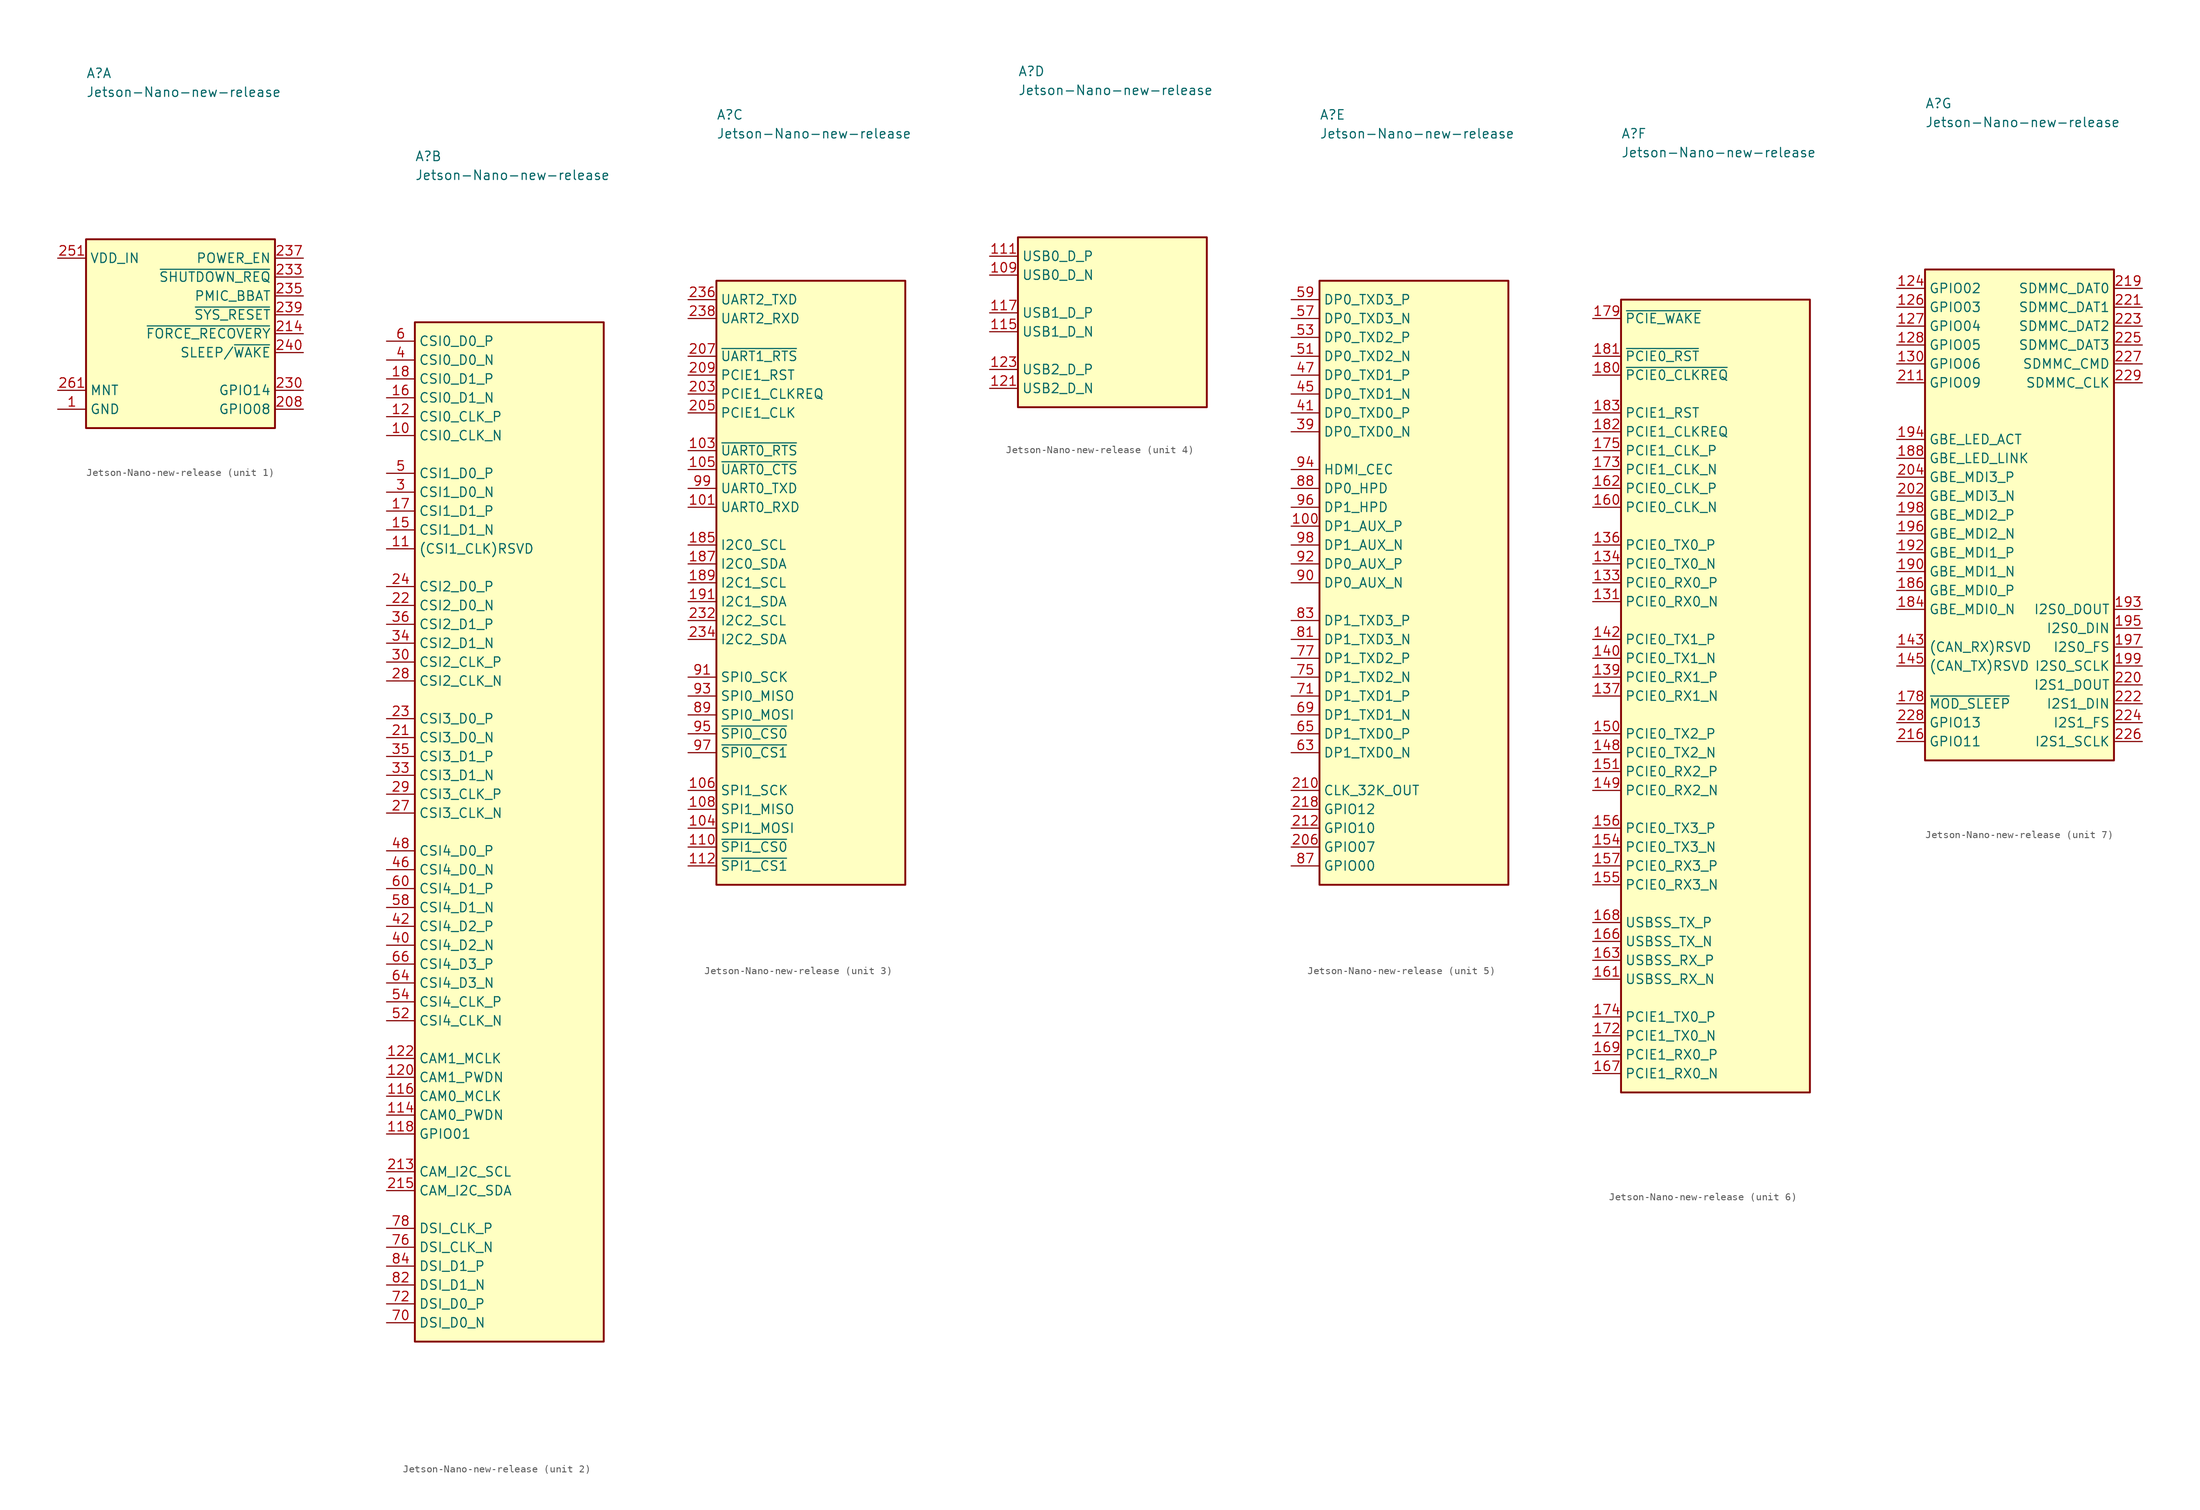
<source format=kicad_sym>
(kicad_symbol_lib
  (version 20231120)
  (generator "kicad_symbol_editor")
  (generator_version "8.0")
  (symbol "Jetson-Nano-new-release"
    (property "Reference" "A"
      (at 3.81 24.13 0)
      (effects (font (size 1.27 1.27) (thickness 0.15)) (justify left bottom)))
    (property "Value" "Jetson-Nano-new-release"
      (at 3.81 21.59 0)
      (effects (font (size 1.27 1.27) (thickness 0.15)) (justify left bottom)))
    (property "ki_locked" ""
      (at 0 0 0)
      (effects (font (size 1.27 1.27))))
    (symbol "Jetson-Nano-new-release_1_1"
      (rectangle (start 3.81 2.54) (end 29.21 -22.86) (stroke (width 0.254) (type default)) (fill (type background)))
      (pin passive line (at 0 -20.32 0) (length 3.81) (name "GND" (effects (font (size 1.27 1.27)))) (number "1" (effects (font (size 1.27 1.27)))))
      (pin passive line (at 0 -20.32 0) (length 3.81) hide (name "GND" (effects (font (size 1.27 1.27)))) (number "102" (effects (font (size 1.27 1.27)))))
      (pin passive line (at 0 -20.32 0) (length 3.81) hide (name "GND" (effects (font (size 1.27 1.27)))) (number "107" (effects (font (size 1.27 1.27)))))
      (pin passive line (at 0 -20.32 0) (length 3.81) hide (name "GND" (effects (font (size 1.27 1.27)))) (number "113" (effects (font (size 1.27 1.27)))))
      (pin passive line (at 0 -20.32 0) (length 3.81) hide (name "GND" (effects (font (size 1.27 1.27)))) (number "119" (effects (font (size 1.27 1.27)))))
      (pin passive line (at 0 -20.32 0) (length 3.81) hide (name "GND" (effects (font (size 1.27 1.27)))) (number "125" (effects (font (size 1.27 1.27)))))
      (pin passive line (at 0 -20.32 0) (length 3.81) hide (name "GND" (effects (font (size 1.27 1.27)))) (number "129" (effects (font (size 1.27 1.27)))))
      (pin passive line (at 0 -20.32 0) (length 3.81) hide (name "GND" (effects (font (size 1.27 1.27)))) (number "13" (effects (font (size 1.27 1.27)))))
      (pin passive line (at 0 -20.32 0) (length 3.81) hide (name "GND" (effects (font (size 1.27 1.27)))) (number "132" (effects (font (size 1.27 1.27)))))
      (pin passive line (at 0 -20.32 0) (length 3.81) hide (name "GND" (effects (font (size 1.27 1.27)))) (number "135" (effects (font (size 1.27 1.27)))))
      (pin passive line (at 0 -20.32 0) (length 3.81) hide (name "GND" (effects (font (size 1.27 1.27)))) (number "138" (effects (font (size 1.27 1.27)))))
      (pin passive line (at 0 -20.32 0) (length 3.81) hide (name "GND" (effects (font (size 1.27 1.27)))) (number "14" (effects (font (size 1.27 1.27)))))
      (pin passive line (at 0 -20.32 0) (length 3.81) hide (name "GND" (effects (font (size 1.27 1.27)))) (number "141" (effects (font (size 1.27 1.27)))))
      (pin passive line (at 0 -20.32 0) (length 3.81) hide (name "GND" (effects (font (size 1.27 1.27)))) (number "144" (effects (font (size 1.27 1.27)))))
      (pin passive line (at 0 -20.32 0) (length 3.81) hide (name "GND" (effects (font (size 1.27 1.27)))) (number "146" (effects (font (size 1.27 1.27)))))
      (pin passive line (at 0 -20.32 0) (length 3.81) hide (name "GND" (effects (font (size 1.27 1.27)))) (number "147" (effects (font (size 1.27 1.27)))))
      (pin passive line (at 0 -20.32 0) (length 3.81) hide (name "GND" (effects (font (size 1.27 1.27)))) (number "152" (effects (font (size 1.27 1.27)))))
      (pin passive line (at 0 -20.32 0) (length 3.81) hide (name "GND" (effects (font (size 1.27 1.27)))) (number "153" (effects (font (size 1.27 1.27)))))
      (pin passive line (at 0 -20.32 0) (length 3.81) hide (name "GND" (effects (font (size 1.27 1.27)))) (number "158" (effects (font (size 1.27 1.27)))))
      (pin passive line (at 0 -20.32 0) (length 3.81) hide (name "GND" (effects (font (size 1.27 1.27)))) (number "159" (effects (font (size 1.27 1.27)))))
      (pin passive line (at 0 -20.32 0) (length 3.81) hide (name "GND" (effects (font (size 1.27 1.27)))) (number "164" (effects (font (size 1.27 1.27)))))
      (pin passive line (at 0 -20.32 0) (length 3.81) hide (name "GND" (effects (font (size 1.27 1.27)))) (number "165" (effects (font (size 1.27 1.27)))))
      (pin passive line (at 0 -20.32 0) (length 3.81) hide (name "GND" (effects (font (size 1.27 1.27)))) (number "170" (effects (font (size 1.27 1.27)))))
      (pin passive line (at 0 -20.32 0) (length 3.81) hide (name "GND" (effects (font (size 1.27 1.27)))) (number "171" (effects (font (size 1.27 1.27)))))
      (pin passive line (at 0 -20.32 0) (length 3.81) hide (name "GND" (effects (font (size 1.27 1.27)))) (number "176" (effects (font (size 1.27 1.27)))))
      (pin passive line (at 0 -20.32 0) (length 3.81) hide (name "GND" (effects (font (size 1.27 1.27)))) (number "177" (effects (font (size 1.27 1.27)))))
      (pin passive line (at 0 -20.32 0) (length 3.81) hide (name "GND" (effects (font (size 1.27 1.27)))) (number "19" (effects (font (size 1.27 1.27)))))
      (pin passive line (at 0 -20.32 0) (length 3.81) hide (name "GND" (effects (font (size 1.27 1.27)))) (number "2" (effects (font (size 1.27 1.27)))))
      (pin passive line (at 0 -20.32 0) (length 3.81) hide (name "GND" (effects (font (size 1.27 1.27)))) (number "20" (effects (font (size 1.27 1.27)))))
      (pin passive line (at 0 -20.32 0) (length 3.81) hide (name "GND" (effects (font (size 1.27 1.27)))) (number "200" (effects (font (size 1.27 1.27)))))
      (pin passive line (at 0 -20.32 0) (length 3.81) hide (name "GND" (effects (font (size 1.27 1.27)))) (number "201" (effects (font (size 1.27 1.27)))))
      (pin passive line (at 33.02 -20.32 180) (length 3.81) (name "GPIO08" (effects (font (size 1.27 1.27)))) (number "208" (effects (font (size 1.27 1.27)))))
      (pin passive line (at 33.02 -10.16 180) (length 3.81) (name "~{FORCE_RECOVERY}" (effects (font (size 1.27 1.27)))) (number "214" (effects (font (size 1.27 1.27)))))
      (pin passive line (at 0 -20.32 0) (length 3.81) hide (name "GND" (effects (font (size 1.27 1.27)))) (number "217" (effects (font (size 1.27 1.27)))))
      (pin passive line (at 33.02 -17.78 180) (length 3.81) (name "GPIO14" (effects (font (size 1.27 1.27)))) (number "230" (effects (font (size 1.27 1.27)))))
      (pin passive line (at 0 -20.32 0) (length 3.81) hide (name "GND" (effects (font (size 1.27 1.27)))) (number "231" (effects (font (size 1.27 1.27)))))
      (pin passive line (at 33.02 -2.54 180) (length 3.81) (name "~{SHUTDOWN_REQ}" (effects (font (size 1.27 1.27)))) (number "233" (effects (font (size 1.27 1.27)))))
      (pin passive line (at 33.02 -5.08 180) (length 3.81) (name "PMIC_BBAT" (effects (font (size 1.27 1.27)))) (number "235" (effects (font (size 1.27 1.27)))))
      (pin passive line (at 33.02 0 180) (length 3.81) (name "POWER_EN" (effects (font (size 1.27 1.27)))) (number "237" (effects (font (size 1.27 1.27)))))
      (pin passive line (at 33.02 -7.62 180) (length 3.81) (name "~{SYS_RESET}" (effects (font (size 1.27 1.27)))) (number "239" (effects (font (size 1.27 1.27)))))
      (pin passive line (at 33.02 -12.7 180) (length 3.81) (name "SLEEP/~{WAKE}" (effects (font (size 1.27 1.27)))) (number "240" (effects (font (size 1.27 1.27)))))
      (pin passive line (at 0 -20.32 0) (length 3.81) hide (name "GND" (effects (font (size 1.27 1.27)))) (number "241" (effects (font (size 1.27 1.27)))))
      (pin passive line (at 0 -20.32 0) (length 3.81) hide (name "GND" (effects (font (size 1.27 1.27)))) (number "242" (effects (font (size 1.27 1.27)))))
      (pin passive line (at 0 -20.32 0) (length 3.81) hide (name "GND" (effects (font (size 1.27 1.27)))) (number "243" (effects (font (size 1.27 1.27)))))
      (pin passive line (at 0 -20.32 0) (length 3.81) hide (name "GND" (effects (font (size 1.27 1.27)))) (number "244" (effects (font (size 1.27 1.27)))))
      (pin passive line (at 0 -20.32 0) (length 3.81) hide (name "GND" (effects (font (size 1.27 1.27)))) (number "245" (effects (font (size 1.27 1.27)))))
      (pin passive line (at 0 -20.32 0) (length 3.81) hide (name "GND" (effects (font (size 1.27 1.27)))) (number "246" (effects (font (size 1.27 1.27)))))
      (pin passive line (at 0 -20.32 0) (length 3.81) hide (name "GND" (effects (font (size 1.27 1.27)))) (number "247" (effects (font (size 1.27 1.27)))))
      (pin passive line (at 0 -20.32 0) (length 3.81) hide (name "GND" (effects (font (size 1.27 1.27)))) (number "248" (effects (font (size 1.27 1.27)))))
      (pin passive line (at 0 -20.32 0) (length 3.81) hide (name "GND" (effects (font (size 1.27 1.27)))) (number "249" (effects (font (size 1.27 1.27)))))
      (pin passive line (at 0 -20.32 0) (length 3.81) hide (name "GND" (effects (font (size 1.27 1.27)))) (number "25" (effects (font (size 1.27 1.27)))))
      (pin passive line (at 0 -20.32 0) (length 3.81) hide (name "GND" (effects (font (size 1.27 1.27)))) (number "250" (effects (font (size 1.27 1.27)))))
      (pin passive line (at 0 0 0) (length 3.81) (name "VDD_IN" (effects (font (size 1.27 1.27)))) (number "251" (effects (font (size 1.27 1.27)))))
      (pin passive line (at 0 0 0) (length 3.81) hide (name "VDD_IN" (effects (font (size 1.27 1.27)))) (number "252" (effects (font (size 1.27 1.27)))))
      (pin passive line (at 0 0 0) (length 3.81) hide (name "VDD_IN" (effects (font (size 1.27 1.27)))) (number "253" (effects (font (size 1.27 1.27)))))
      (pin passive line (at 0 0 0) (length 3.81) hide (name "VDD_IN" (effects (font (size 1.27 1.27)))) (number "254" (effects (font (size 1.27 1.27)))))
      (pin passive line (at 0 0 0) (length 3.81) hide (name "VDD_IN" (effects (font (size 1.27 1.27)))) (number "255" (effects (font (size 1.27 1.27)))))
      (pin passive line (at 0 0 0) (length 3.81) hide (name "VDD_IN" (effects (font (size 1.27 1.27)))) (number "256" (effects (font (size 1.27 1.27)))))
      (pin passive line (at 0 0 0) (length 3.81) hide (name "VDD_IN" (effects (font (size 1.27 1.27)))) (number "257" (effects (font (size 1.27 1.27)))))
      (pin passive line (at 0 0 0) (length 3.81) hide (name "VDD_IN" (effects (font (size 1.27 1.27)))) (number "258" (effects (font (size 1.27 1.27)))))
      (pin passive line (at 0 0 0) (length 3.81) hide (name "VDD_IN" (effects (font (size 1.27 1.27)))) (number "259" (effects (font (size 1.27 1.27)))))
      (pin passive line (at 0 -20.32 0) (length 3.81) hide (name "GND" (effects (font (size 1.27 1.27)))) (number "26" (effects (font (size 1.27 1.27)))))
      (pin passive line (at 0 0 0) (length 3.81) hide (name "VDD_IN" (effects (font (size 1.27 1.27)))) (number "260" (effects (font (size 1.27 1.27)))))
      (pin passive line (at 0 -17.78 0) (length 3.81) (name "MNT" (effects (font (size 1.27 1.27)))) (number "261" (effects (font (size 1.27 1.27)))))
      (pin passive line (at 0 -17.78 0) (length 3.81) hide (name "MNT" (effects (font (size 1.27 1.27)))) (number "262" (effects (font (size 1.27 1.27)))))
      (pin passive line (at 0 -20.32 0) (length 3.81) hide (name "GND" (effects (font (size 1.27 1.27)))) (number "31" (effects (font (size 1.27 1.27)))))
      (pin passive line (at 0 -20.32 0) (length 3.81) hide (name "GND" (effects (font (size 1.27 1.27)))) (number "32" (effects (font (size 1.27 1.27)))))
      (pin passive line (at 0 -20.32 0) (length 3.81) hide (name "GND" (effects (font (size 1.27 1.27)))) (number "37" (effects (font (size 1.27 1.27)))))
      (pin passive line (at 0 -20.32 0) (length 3.81) hide (name "GND" (effects (font (size 1.27 1.27)))) (number "38" (effects (font (size 1.27 1.27)))))
      (pin passive line (at 0 -20.32 0) (length 3.81) hide (name "GND" (effects (font (size 1.27 1.27)))) (number "43" (effects (font (size 1.27 1.27)))))
      (pin passive line (at 0 -20.32 0) (length 3.81) hide (name "GND" (effects (font (size 1.27 1.27)))) (number "44" (effects (font (size 1.27 1.27)))))
      (pin passive line (at 0 -20.32 0) (length 3.81) hide (name "GND" (effects (font (size 1.27 1.27)))) (number "49" (effects (font (size 1.27 1.27)))))
      (pin passive line (at 0 -20.32 0) (length 3.81) hide (name "GND" (effects (font (size 1.27 1.27)))) (number "50" (effects (font (size 1.27 1.27)))))
      (pin passive line (at 0 -20.32 0) (length 3.81) hide (name "GND" (effects (font (size 1.27 1.27)))) (number "55" (effects (font (size 1.27 1.27)))))
      (pin passive line (at 0 -20.32 0) (length 3.81) hide (name "GND" (effects (font (size 1.27 1.27)))) (number "56" (effects (font (size 1.27 1.27)))))
      (pin passive line (at 0 -20.32 0) (length 3.81) hide (name "GND" (effects (font (size 1.27 1.27)))) (number "61" (effects (font (size 1.27 1.27)))))
      (pin passive line (at 0 -20.32 0) (length 3.81) hide (name "GND" (effects (font (size 1.27 1.27)))) (number "62" (effects (font (size 1.27 1.27)))))
      (pin passive line (at 0 -20.32 0) (length 3.81) hide (name "GND" (effects (font (size 1.27 1.27)))) (number "67" (effects (font (size 1.27 1.27)))))
      (pin passive line (at 0 -20.32 0) (length 3.81) hide (name "GND" (effects (font (size 1.27 1.27)))) (number "68" (effects (font (size 1.27 1.27)))))
      (pin passive line (at 0 -20.32 0) (length 3.81) hide (name "GND" (effects (font (size 1.27 1.27)))) (number "7" (effects (font (size 1.27 1.27)))))
      (pin passive line (at 0 -20.32 0) (length 3.81) hide (name "GND" (effects (font (size 1.27 1.27)))) (number "73" (effects (font (size 1.27 1.27)))))
      (pin passive line (at 0 -20.32 0) (length 3.81) hide (name "GND" (effects (font (size 1.27 1.27)))) (number "74" (effects (font (size 1.27 1.27)))))
      (pin passive line (at 0 -20.32 0) (length 3.81) hide (name "GND" (effects (font (size 1.27 1.27)))) (number "79" (effects (font (size 1.27 1.27)))))
      (pin passive line (at 0 -20.32 0) (length 3.81) hide (name "GND" (effects (font (size 1.27 1.27)))) (number "8" (effects (font (size 1.27 1.27)))))
      (pin passive line (at 0 -20.32 0) (length 3.81) hide (name "GND" (effects (font (size 1.27 1.27)))) (number "80" (effects (font (size 1.27 1.27)))))
      (pin passive line (at 0 -20.32 0) (length 3.81) hide (name "GND" (effects (font (size 1.27 1.27)))) (number "85" (effects (font (size 1.27 1.27)))))
      (pin passive line (at 0 -20.32 0) (length 3.81) hide (name "GND" (effects (font (size 1.27 1.27)))) (number "86" (effects (font (size 1.27 1.27))))))
    (symbol "Jetson-Nano-new-release_2_1"
      (rectangle (start 3.81 2.54) (end 29.21 -134.62) (stroke (width 0.254) (type default)) (fill (type background)))
      (pin passive line (at 0 -12.7 0) (length 3.81) (name "CSI0_CLK_N" (effects (font (size 1.27 1.27)))) (number "10" (effects (font (size 1.27 1.27)))))
      (pin passive line (at 0 -27.94 0) (length 3.81) (name "(CSI1_CLK)RSVD" (effects (font (size 1.27 1.27)))) (number "11" (effects (font (size 1.27 1.27)))))
      (pin passive line (at 0 -104.14 0) (length 3.81) (name "CAM0_PWDN" (effects (font (size 1.27 1.27)))) (number "114" (effects (font (size 1.27 1.27)))))
      (pin passive line (at 0 -101.6 0) (length 3.81) (name "CAM0_MCLK" (effects (font (size 1.27 1.27)))) (number "116" (effects (font (size 1.27 1.27)))))
      (pin passive line (at 0 -106.68 0) (length 3.81) (name "GPIO01" (effects (font (size 1.27 1.27)))) (number "118" (effects (font (size 1.27 1.27)))))
      (pin passive line (at 0 -10.16 0) (length 3.81) (name "CSI0_CLK_P" (effects (font (size 1.27 1.27)))) (number "12" (effects (font (size 1.27 1.27)))))
      (pin passive line (at 0 -99.06 0) (length 3.81) (name "CAM1_PWDN" (effects (font (size 1.27 1.27)))) (number "120" (effects (font (size 1.27 1.27)))))
      (pin passive line (at 0 -96.52 0) (length 3.81) (name "CAM1_MCLK" (effects (font (size 1.27 1.27)))) (number "122" (effects (font (size 1.27 1.27)))))
      (pin passive line (at 0 -25.4 0) (length 3.81) (name "CSI1_D1_N" (effects (font (size 1.27 1.27)))) (number "15" (effects (font (size 1.27 1.27)))))
      (pin passive line (at 0 -7.62 0) (length 3.81) (name "CSI0_D1_N" (effects (font (size 1.27 1.27)))) (number "16" (effects (font (size 1.27 1.27)))))
      (pin passive line (at 0 -22.86 0) (length 3.81) (name "CSI1_D1_P" (effects (font (size 1.27 1.27)))) (number "17" (effects (font (size 1.27 1.27)))))
      (pin passive line (at 0 -5.08 0) (length 3.81) (name "CSI0_D1_P" (effects (font (size 1.27 1.27)))) (number "18" (effects (font (size 1.27 1.27)))))
      (pin passive line (at 0 -53.34 0) (length 3.81) (name "CSI3_D0_N" (effects (font (size 1.27 1.27)))) (number "21" (effects (font (size 1.27 1.27)))))
      (pin passive line (at 0 -111.76 0) (length 3.81) (name "CAM_I2C_SCL" (effects (font (size 1.27 1.27)))) (number "213" (effects (font (size 1.27 1.27)))))
      (pin passive line (at 0 -114.3 0) (length 3.81) (name "CAM_I2C_SDA" (effects (font (size 1.27 1.27)))) (number "215" (effects (font (size 1.27 1.27)))))
      (pin passive line (at 0 -35.56 0) (length 3.81) (name "CSI2_D0_N" (effects (font (size 1.27 1.27)))) (number "22" (effects (font (size 1.27 1.27)))))
      (pin passive line (at 0 -50.8 0) (length 3.81) (name "CSI3_D0_P" (effects (font (size 1.27 1.27)))) (number "23" (effects (font (size 1.27 1.27)))))
      (pin passive line (at 0 -33.02 0) (length 3.81) (name "CSI2_D0_P" (effects (font (size 1.27 1.27)))) (number "24" (effects (font (size 1.27 1.27)))))
      (pin passive line (at 0 -63.5 0) (length 3.81) (name "CSI3_CLK_N" (effects (font (size 1.27 1.27)))) (number "27" (effects (font (size 1.27 1.27)))))
      (pin passive line (at 0 -45.72 0) (length 3.81) (name "CSI2_CLK_N" (effects (font (size 1.27 1.27)))) (number "28" (effects (font (size 1.27 1.27)))))
      (pin passive line (at 0 -60.96 0) (length 3.81) (name "CSI3_CLK_P" (effects (font (size 1.27 1.27)))) (number "29" (effects (font (size 1.27 1.27)))))
      (pin passive line (at 0 -20.32 0) (length 3.81) (name "CSI1_D0_N" (effects (font (size 1.27 1.27)))) (number "3" (effects (font (size 1.27 1.27)))))
      (pin passive line (at 0 -43.18 0) (length 3.81) (name "CSI2_CLK_P" (effects (font (size 1.27 1.27)))) (number "30" (effects (font (size 1.27 1.27)))))
      (pin passive line (at 0 -58.42 0) (length 3.81) (name "CSI3_D1_N" (effects (font (size 1.27 1.27)))) (number "33" (effects (font (size 1.27 1.27)))))
      (pin passive line (at 0 -40.64 0) (length 3.81) (name "CSI2_D1_N" (effects (font (size 1.27 1.27)))) (number "34" (effects (font (size 1.27 1.27)))))
      (pin passive line (at 0 -55.88 0) (length 3.81) (name "CSI3_D1_P" (effects (font (size 1.27 1.27)))) (number "35" (effects (font (size 1.27 1.27)))))
      (pin passive line (at 0 -38.1 0) (length 3.81) (name "CSI2_D1_P" (effects (font (size 1.27 1.27)))) (number "36" (effects (font (size 1.27 1.27)))))
      (pin passive line (at 0 -2.54 0) (length 3.81) (name "CSI0_D0_N" (effects (font (size 1.27 1.27)))) (number "4" (effects (font (size 1.27 1.27)))))
      (pin passive line (at 0 -81.28 0) (length 3.81) (name "CSI4_D2_N" (effects (font (size 1.27 1.27)))) (number "40" (effects (font (size 1.27 1.27)))))
      (pin passive line (at 0 -78.74 0) (length 3.81) (name "CSI4_D2_P" (effects (font (size 1.27 1.27)))) (number "42" (effects (font (size 1.27 1.27)))))
      (pin passive line (at 0 -71.12 0) (length 3.81) (name "CSI4_D0_N" (effects (font (size 1.27 1.27)))) (number "46" (effects (font (size 1.27 1.27)))))
      (pin passive line (at 0 -68.58 0) (length 3.81) (name "CSI4_D0_P" (effects (font (size 1.27 1.27)))) (number "48" (effects (font (size 1.27 1.27)))))
      (pin passive line (at 0 -17.78 0) (length 3.81) (name "CSI1_D0_P" (effects (font (size 1.27 1.27)))) (number "5" (effects (font (size 1.27 1.27)))))
      (pin passive line (at 0 -91.44 0) (length 3.81) (name "CSI4_CLK_N" (effects (font (size 1.27 1.27)))) (number "52" (effects (font (size 1.27 1.27)))))
      (pin passive line (at 0 -88.9 0) (length 3.81) (name "CSI4_CLK_P" (effects (font (size 1.27 1.27)))) (number "54" (effects (font (size 1.27 1.27)))))
      (pin passive line (at 0 -76.2 0) (length 3.81) (name "CSI4_D1_N" (effects (font (size 1.27 1.27)))) (number "58" (effects (font (size 1.27 1.27)))))
      (pin passive line (at 0 0 0) (length 3.81) (name "CSI0_D0_P" (effects (font (size 1.27 1.27)))) (number "6" (effects (font (size 1.27 1.27)))))
      (pin passive line (at 0 -73.66 0) (length 3.81) (name "CSI4_D1_P" (effects (font (size 1.27 1.27)))) (number "60" (effects (font (size 1.27 1.27)))))
      (pin passive line (at 0 -86.36 0) (length 3.81) (name "CSI4_D3_N" (effects (font (size 1.27 1.27)))) (number "64" (effects (font (size 1.27 1.27)))))
      (pin passive line (at 0 -83.82 0) (length 3.81) (name "CSI4_D3_P" (effects (font (size 1.27 1.27)))) (number "66" (effects (font (size 1.27 1.27)))))
      (pin passive line (at 0 -132.08 0) (length 3.81) (name "DSI_D0_N" (effects (font (size 1.27 1.27)))) (number "70" (effects (font (size 1.27 1.27)))))
      (pin passive line (at 0 -129.54 0) (length 3.81) (name "DSI_D0_P" (effects (font (size 1.27 1.27)))) (number "72" (effects (font (size 1.27 1.27)))))
      (pin passive line (at 0 -121.92 0) (length 3.81) (name "DSI_CLK_N" (effects (font (size 1.27 1.27)))) (number "76" (effects (font (size 1.27 1.27)))))
      (pin passive line (at 0 -119.38 0) (length 3.81) (name "DSI_CLK_P" (effects (font (size 1.27 1.27)))) (number "78" (effects (font (size 1.27 1.27)))))
      (pin passive line (at 0 -127 0) (length 3.81) (name "DSI_D1_N" (effects (font (size 1.27 1.27)))) (number "82" (effects (font (size 1.27 1.27)))))
      (pin passive line (at 0 -124.46 0) (length 3.81) (name "DSI_D1_P" (effects (font (size 1.27 1.27)))) (number "84" (effects (font (size 1.27 1.27)))))
      (pin passive line (at 0 -27.94 0) (length 3.81) hide (name "(CSI1_CLK)RSVD" (effects (font (size 1.27 1.27)))) (number "9" (effects (font (size 1.27 1.27))))))
    (symbol "Jetson-Nano-new-release_3_1"
      (rectangle (start 3.81 2.54) (end 29.21 -78.74) (stroke (width 0.254) (type default)) (fill (type background)))
      (pin passive line (at 0 -27.94 0) (length 3.81) (name "UART0_RXD" (effects (font (size 1.27 1.27)))) (number "101" (effects (font (size 1.27 1.27)))))
      (pin passive line (at 0 -20.32 0) (length 3.81) (name "~{UART0_RTS}" (effects (font (size 1.27 1.27)))) (number "103" (effects (font (size 1.27 1.27)))))
      (pin passive line (at 0 -71.12 0) (length 3.81) (name "SPI1_MOSI" (effects (font (size 1.27 1.27)))) (number "104" (effects (font (size 1.27 1.27)))))
      (pin passive line (at 0 -22.86 0) (length 3.81) (name "~{UART0_CTS}" (effects (font (size 1.27 1.27)))) (number "105" (effects (font (size 1.27 1.27)))))
      (pin passive line (at 0 -66.04 0) (length 3.81) (name "SPI1_SCK" (effects (font (size 1.27 1.27)))) (number "106" (effects (font (size 1.27 1.27)))))
      (pin passive line (at 0 -68.58 0) (length 3.81) (name "SPI1_MISO" (effects (font (size 1.27 1.27)))) (number "108" (effects (font (size 1.27 1.27)))))
      (pin passive line (at 0 -73.66 0) (length 3.81) (name "~{SPI1_CS0}" (effects (font (size 1.27 1.27)))) (number "110" (effects (font (size 1.27 1.27)))))
      (pin passive line (at 0 -76.2 0) (length 3.81) (name "~{SPI1_CS1}" (effects (font (size 1.27 1.27)))) (number "112" (effects (font (size 1.27 1.27)))))
      (pin passive line (at 0 -33.02 0) (length 3.81) (name "I2C0_SCL" (effects (font (size 1.27 1.27)))) (number "185" (effects (font (size 1.27 1.27)))))
      (pin passive line (at 0 -35.56 0) (length 3.81) (name "I2C0_SDA" (effects (font (size 1.27 1.27)))) (number "187" (effects (font (size 1.27 1.27)))))
      (pin passive line (at 0 -38.1 0) (length 3.81) (name "I2C1_SCL" (effects (font (size 1.27 1.27)))) (number "189" (effects (font (size 1.27 1.27)))))
      (pin passive line (at 0 -40.64 0) (length 3.81) (name "I2C1_SDA" (effects (font (size 1.27 1.27)))) (number "191" (effects (font (size 1.27 1.27)))))
      (pin passive line (at 0 -12.7 0) (length 3.81) (name "PCIE1_CLKREQ" (effects (font (size 1.27 1.27)))) (number "203" (effects (font (size 1.27 1.27)))))
      (pin passive line (at 0 -15.24 0) (length 3.81) (name "PCIE1_CLK" (effects (font (size 1.27 1.27)))) (number "205" (effects (font (size 1.27 1.27)))))
      (pin passive line (at 0 -7.62 0) (length 3.81) (name "~{UART1_RTS}" (effects (font (size 1.27 1.27)))) (number "207" (effects (font (size 1.27 1.27)))))
      (pin passive line (at 0 -10.16 0) (length 3.81) (name "PCIE1_RST" (effects (font (size 1.27 1.27)))) (number "209" (effects (font (size 1.27 1.27)))))
      (pin passive line (at 0 -43.18 0) (length 3.81) (name "I2C2_SCL" (effects (font (size 1.27 1.27)))) (number "232" (effects (font (size 1.27 1.27)))))
      (pin passive line (at 0 -45.72 0) (length 3.81) (name "I2C2_SDA" (effects (font (size 1.27 1.27)))) (number "234" (effects (font (size 1.27 1.27)))))
      (pin passive line (at 0 0 0) (length 3.81) (name "UART2_TXD" (effects (font (size 1.27 1.27)))) (number "236" (effects (font (size 1.27 1.27)))))
      (pin passive line (at 0 -2.54 0) (length 3.81) (name "UART2_RXD" (effects (font (size 1.27 1.27)))) (number "238" (effects (font (size 1.27 1.27)))))
      (pin passive line (at 0 -55.88 0) (length 3.81) (name "SPI0_MOSI" (effects (font (size 1.27 1.27)))) (number "89" (effects (font (size 1.27 1.27)))))
      (pin passive line (at 0 -50.8 0) (length 3.81) (name "SPI0_SCK" (effects (font (size 1.27 1.27)))) (number "91" (effects (font (size 1.27 1.27)))))
      (pin passive line (at 0 -53.34 0) (length 3.81) (name "SPI0_MISO" (effects (font (size 1.27 1.27)))) (number "93" (effects (font (size 1.27 1.27)))))
      (pin passive line (at 0 -58.42 0) (length 3.81) (name "~{SPI0_CS0}" (effects (font (size 1.27 1.27)))) (number "95" (effects (font (size 1.27 1.27)))))
      (pin passive line (at 0 -60.96 0) (length 3.81) (name "~{SPI0_CS1}" (effects (font (size 1.27 1.27)))) (number "97" (effects (font (size 1.27 1.27)))))
      (pin passive line (at 0 -25.4 0) (length 3.81) (name "UART0_TXD" (effects (font (size 1.27 1.27)))) (number "99" (effects (font (size 1.27 1.27))))))
    (symbol "Jetson-Nano-new-release_4_1"
      (rectangle (start 3.81 2.54) (end 29.21 -20.32) (stroke (width 0.254) (type default)) (fill (type background)))
      (pin passive line (at 0 -2.54 0) (length 3.81) (name "USB0_D_N" (effects (font (size 1.27 1.27)))) (number "109" (effects (font (size 1.27 1.27)))))
      (pin passive line (at 0 0 0) (length 3.81) (name "USB0_D_P" (effects (font (size 1.27 1.27)))) (number "111" (effects (font (size 1.27 1.27)))))
      (pin passive line (at 0 -10.16 0) (length 3.81) (name "USB1_D_N" (effects (font (size 1.27 1.27)))) (number "115" (effects (font (size 1.27 1.27)))))
      (pin passive line (at 0 -7.62 0) (length 3.81) (name "USB1_D_P" (effects (font (size 1.27 1.27)))) (number "117" (effects (font (size 1.27 1.27)))))
      (pin passive line (at 0 -17.78 0) (length 3.81) (name "USB2_D_N" (effects (font (size 1.27 1.27)))) (number "121" (effects (font (size 1.27 1.27)))))
      (pin passive line (at 0 -15.24 0) (length 3.81) (name "USB2_D_P" (effects (font (size 1.27 1.27)))) (number "123" (effects (font (size 1.27 1.27))))))
    (symbol "Jetson-Nano-new-release_5_1"
      (rectangle (start 3.81 2.54) (end 29.21 -78.74) (stroke (width 0.254) (type default)) (fill (type background)))
      (pin passive line (at 0 -30.48 0) (length 3.81) (name "DP1_AUX_P" (effects (font (size 1.27 1.27)))) (number "100" (effects (font (size 1.27 1.27)))))
      (pin passive line (at 0 -73.66 0) (length 3.81) (name "GPIO07" (effects (font (size 1.27 1.27)))) (number "206" (effects (font (size 1.27 1.27)))))
      (pin passive line (at 0 -66.04 0) (length 3.81) (name "CLK_32K_OUT" (effects (font (size 1.27 1.27)))) (number "210" (effects (font (size 1.27 1.27)))))
      (pin passive line (at 0 -71.12 0) (length 3.81) (name "GPIO10" (effects (font (size 1.27 1.27)))) (number "212" (effects (font (size 1.27 1.27)))))
      (pin passive line (at 0 -68.58 0) (length 3.81) (name "GPIO12" (effects (font (size 1.27 1.27)))) (number "218" (effects (font (size 1.27 1.27)))))
      (pin passive line (at 0 -17.78 0) (length 3.81) (name "DP0_TXD0_N" (effects (font (size 1.27 1.27)))) (number "39" (effects (font (size 1.27 1.27)))))
      (pin passive line (at 0 -15.24 0) (length 3.81) (name "DP0_TXD0_P" (effects (font (size 1.27 1.27)))) (number "41" (effects (font (size 1.27 1.27)))))
      (pin passive line (at 0 -12.7 0) (length 3.81) (name "DP0_TXD1_N" (effects (font (size 1.27 1.27)))) (number "45" (effects (font (size 1.27 1.27)))))
      (pin passive line (at 0 -10.16 0) (length 3.81) (name "DP0_TXD1_P" (effects (font (size 1.27 1.27)))) (number "47" (effects (font (size 1.27 1.27)))))
      (pin passive line (at 0 -7.62 0) (length 3.81) (name "DP0_TXD2_N" (effects (font (size 1.27 1.27)))) (number "51" (effects (font (size 1.27 1.27)))))
      (pin passive line (at 0 -5.08 0) (length 3.81) (name "DP0_TXD2_P" (effects (font (size 1.27 1.27)))) (number "53" (effects (font (size 1.27 1.27)))))
      (pin passive line (at 0 -2.54 0) (length 3.81) (name "DP0_TXD3_N" (effects (font (size 1.27 1.27)))) (number "57" (effects (font (size 1.27 1.27)))))
      (pin passive line (at 0 0 0) (length 3.81) (name "DP0_TXD3_P" (effects (font (size 1.27 1.27)))) (number "59" (effects (font (size 1.27 1.27)))))
      (pin passive line (at 0 -60.96 0) (length 3.81) (name "DP1_TXD0_N" (effects (font (size 1.27 1.27)))) (number "63" (effects (font (size 1.27 1.27)))))
      (pin passive line (at 0 -58.42 0) (length 3.81) (name "DP1_TXD0_P" (effects (font (size 1.27 1.27)))) (number "65" (effects (font (size 1.27 1.27)))))
      (pin passive line (at 0 -55.88 0) (length 3.81) (name "DP1_TXD1_N" (effects (font (size 1.27 1.27)))) (number "69" (effects (font (size 1.27 1.27)))))
      (pin passive line (at 0 -53.34 0) (length 3.81) (name "DP1_TXD1_P" (effects (font (size 1.27 1.27)))) (number "71" (effects (font (size 1.27 1.27)))))
      (pin passive line (at 0 -50.8 0) (length 3.81) (name "DP1_TXD2_N" (effects (font (size 1.27 1.27)))) (number "75" (effects (font (size 1.27 1.27)))))
      (pin passive line (at 0 -48.26 0) (length 3.81) (name "DP1_TXD2_P" (effects (font (size 1.27 1.27)))) (number "77" (effects (font (size 1.27 1.27)))))
      (pin passive line (at 0 -45.72 0) (length 3.81) (name "DP1_TXD3_N" (effects (font (size 1.27 1.27)))) (number "81" (effects (font (size 1.27 1.27)))))
      (pin passive line (at 0 -43.18 0) (length 3.81) (name "DP1_TXD3_P" (effects (font (size 1.27 1.27)))) (number "83" (effects (font (size 1.27 1.27)))))
      (pin passive line (at 0 -76.2 0) (length 3.81) (name "GPIO00" (effects (font (size 1.27 1.27)))) (number "87" (effects (font (size 1.27 1.27)))))
      (pin passive line (at 0 -25.4 0) (length 3.81) (name "DP0_HPD" (effects (font (size 1.27 1.27)))) (number "88" (effects (font (size 1.27 1.27)))))
      (pin passive line (at 0 -38.1 0) (length 3.81) (name "DP0_AUX_N" (effects (font (size 1.27 1.27)))) (number "90" (effects (font (size 1.27 1.27)))))
      (pin passive line (at 0 -35.56 0) (length 3.81) (name "DP0_AUX_P" (effects (font (size 1.27 1.27)))) (number "92" (effects (font (size 1.27 1.27)))))
      (pin passive line (at 0 -22.86 0) (length 3.81) (name "HDMI_CEC" (effects (font (size 1.27 1.27)))) (number "94" (effects (font (size 1.27 1.27)))))
      (pin passive line (at 0 -27.94 0) (length 3.81) (name "DP1_HPD" (effects (font (size 1.27 1.27)))) (number "96" (effects (font (size 1.27 1.27)))))
      (pin passive line (at 0 -33.02 0) (length 3.81) (name "DP1_AUX_N" (effects (font (size 1.27 1.27)))) (number "98" (effects (font (size 1.27 1.27))))))
    (symbol "Jetson-Nano-new-release_6_1"
      (rectangle (start 3.81 2.54) (end 29.21 -104.14) (stroke (width 0.254) (type default)) (fill (type background)))
      (pin passive line (at 0 -38.1 0) (length 3.81) (name "PCIE0_RX0_N" (effects (font (size 1.27 1.27)))) (number "131" (effects (font (size 1.27 1.27)))))
      (pin passive line (at 0 -35.56 0) (length 3.81) (name "PCIE0_RX0_P" (effects (font (size 1.27 1.27)))) (number "133" (effects (font (size 1.27 1.27)))))
      (pin passive line (at 0 -33.02 0) (length 3.81) (name "PCIE0_TX0_N" (effects (font (size 1.27 1.27)))) (number "134" (effects (font (size 1.27 1.27)))))
      (pin passive line (at 0 -30.48 0) (length 3.81) (name "PCIE0_TX0_P" (effects (font (size 1.27 1.27)))) (number "136" (effects (font (size 1.27 1.27)))))
      (pin passive line (at 0 -50.8 0) (length 3.81) (name "PCIE0_RX1_N" (effects (font (size 1.27 1.27)))) (number "137" (effects (font (size 1.27 1.27)))))
      (pin passive line (at 0 -48.26 0) (length 3.81) (name "PCIE0_RX1_P" (effects (font (size 1.27 1.27)))) (number "139" (effects (font (size 1.27 1.27)))))
      (pin passive line (at 0 -45.72 0) (length 3.81) (name "PCIE0_TX1_N" (effects (font (size 1.27 1.27)))) (number "140" (effects (font (size 1.27 1.27)))))
      (pin passive line (at 0 -43.18 0) (length 3.81) (name "PCIE0_TX1_P" (effects (font (size 1.27 1.27)))) (number "142" (effects (font (size 1.27 1.27)))))
      (pin passive line (at 0 -58.42 0) (length 3.81) (name "PCIE0_TX2_N" (effects (font (size 1.27 1.27)))) (number "148" (effects (font (size 1.27 1.27)))))
      (pin passive line (at 0 -63.5 0) (length 3.81) (name "PCIE0_RX2_N" (effects (font (size 1.27 1.27)))) (number "149" (effects (font (size 1.27 1.27)))))
      (pin passive line (at 0 -55.88 0) (length 3.81) (name "PCIE0_TX2_P" (effects (font (size 1.27 1.27)))) (number "150" (effects (font (size 1.27 1.27)))))
      (pin passive line (at 0 -60.96 0) (length 3.81) (name "PCIE0_RX2_P" (effects (font (size 1.27 1.27)))) (number "151" (effects (font (size 1.27 1.27)))))
      (pin passive line (at 0 -71.12 0) (length 3.81) (name "PCIE0_TX3_N" (effects (font (size 1.27 1.27)))) (number "154" (effects (font (size 1.27 1.27)))))
      (pin passive line (at 0 -76.2 0) (length 3.81) (name "PCIE0_RX3_N" (effects (font (size 1.27 1.27)))) (number "155" (effects (font (size 1.27 1.27)))))
      (pin passive line (at 0 -68.58 0) (length 3.81) (name "PCIE0_TX3_P" (effects (font (size 1.27 1.27)))) (number "156" (effects (font (size 1.27 1.27)))))
      (pin passive line (at 0 -73.66 0) (length 3.81) (name "PCIE0_RX3_P" (effects (font (size 1.27 1.27)))) (number "157" (effects (font (size 1.27 1.27)))))
      (pin passive line (at 0 -25.4 0) (length 3.81) (name "PCIE0_CLK_N" (effects (font (size 1.27 1.27)))) (number "160" (effects (font (size 1.27 1.27)))))
      (pin passive line (at 0 -88.9 0) (length 3.81) (name "USBSS_RX_N" (effects (font (size 1.27 1.27)))) (number "161" (effects (font (size 1.27 1.27)))))
      (pin passive line (at 0 -22.86 0) (length 3.81) (name "PCIE0_CLK_P" (effects (font (size 1.27 1.27)))) (number "162" (effects (font (size 1.27 1.27)))))
      (pin passive line (at 0 -86.36 0) (length 3.81) (name "USBSS_RX_P" (effects (font (size 1.27 1.27)))) (number "163" (effects (font (size 1.27 1.27)))))
      (pin passive line (at 0 -83.82 0) (length 3.81) (name "USBSS_TX_N" (effects (font (size 1.27 1.27)))) (number "166" (effects (font (size 1.27 1.27)))))
      (pin passive line (at 0 -101.6 0) (length 3.81) (name "PCIE1_RX0_N" (effects (font (size 1.27 1.27)))) (number "167" (effects (font (size 1.27 1.27)))))
      (pin passive line (at 0 -81.28 0) (length 3.81) (name "USBSS_TX_P" (effects (font (size 1.27 1.27)))) (number "168" (effects (font (size 1.27 1.27)))))
      (pin passive line (at 0 -99.06 0) (length 3.81) (name "PCIE1_RX0_P" (effects (font (size 1.27 1.27)))) (number "169" (effects (font (size 1.27 1.27)))))
      (pin passive line (at 0 -96.52 0) (length 3.81) (name "PCIE1_TX0_N" (effects (font (size 1.27 1.27)))) (number "172" (effects (font (size 1.27 1.27)))))
      (pin passive line (at 0 -20.32 0) (length 3.81) (name "PCIE1_CLK_N" (effects (font (size 1.27 1.27)))) (number "173" (effects (font (size 1.27 1.27)))))
      (pin passive line (at 0 -93.98 0) (length 3.81) (name "PCIE1_TX0_P" (effects (font (size 1.27 1.27)))) (number "174" (effects (font (size 1.27 1.27)))))
      (pin passive line (at 0 -17.78 0) (length 3.81) (name "PCIE1_CLK_P" (effects (font (size 1.27 1.27)))) (number "175" (effects (font (size 1.27 1.27)))))
      (pin passive line (at 0 0 0) (length 3.81) (name "~{PCIE_WAKE}" (effects (font (size 1.27 1.27)))) (number "179" (effects (font (size 1.27 1.27)))))
      (pin passive line (at 0 -7.62 0) (length 3.81) (name "~{PCIE0_CLKREQ}" (effects (font (size 1.27 1.27)))) (number "180" (effects (font (size 1.27 1.27)))))
      (pin passive line (at 0 -5.08 0) (length 3.81) (name "~{PCIE0_RST}" (effects (font (size 1.27 1.27)))) (number "181" (effects (font (size 1.27 1.27)))))
      (pin passive line (at 0 -15.24 0) (length 3.81) (name "PCIE1_CLKREQ" (effects (font (size 1.27 1.27)))) (number "182" (effects (font (size 1.27 1.27)))))
      (pin passive line (at 0 -12.7 0) (length 3.81) (name "PCIE1_RST" (effects (font (size 1.27 1.27)))) (number "183" (effects (font (size 1.27 1.27))))))
    (symbol "Jetson-Nano-new-release_7_1"
      (rectangle (start 3.81 2.54) (end 29.21 -63.5) (stroke (width 0.254) (type default)) (fill (type background)))
      (pin passive line (at 0 0 0) (length 3.81) (name "GPIO02" (effects (font (size 1.27 1.27)))) (number "124" (effects (font (size 1.27 1.27)))))
      (pin passive line (at 0 -2.54 0) (length 3.81) (name "GPIO03" (effects (font (size 1.27 1.27)))) (number "126" (effects (font (size 1.27 1.27)))))
      (pin passive line (at 0 -5.08 0) (length 3.81) (name "GPIO04" (effects (font (size 1.27 1.27)))) (number "127" (effects (font (size 1.27 1.27)))))
      (pin passive line (at 0 -7.62 0) (length 3.81) (name "GPIO05" (effects (font (size 1.27 1.27)))) (number "128" (effects (font (size 1.27 1.27)))))
      (pin passive line (at 0 -10.16 0) (length 3.81) (name "GPIO06" (effects (font (size 1.27 1.27)))) (number "130" (effects (font (size 1.27 1.27)))))
      (pin passive line (at 0 -48.26 0) (length 3.81) (name "(CAN_RX)RSVD" (effects (font (size 1.27 1.27)))) (number "143" (effects (font (size 1.27 1.27)))))
      (pin passive line (at 0 -50.8 0) (length 3.81) (name "(CAN_TX)RSVD" (effects (font (size 1.27 1.27)))) (number "145" (effects (font (size 1.27 1.27)))))
      (pin passive line (at 0 -55.88 0) (length 3.81) (name "~{MOD_SLEEP}" (effects (font (size 1.27 1.27)))) (number "178" (effects (font (size 1.27 1.27)))))
      (pin passive line (at 0 -43.18 0) (length 3.81) (name "GBE_MDI0_N" (effects (font (size 1.27 1.27)))) (number "184" (effects (font (size 1.27 1.27)))))
      (pin passive line (at 0 -40.64 0) (length 3.81) (name "GBE_MDI0_P" (effects (font (size 1.27 1.27)))) (number "186" (effects (font (size 1.27 1.27)))))
      (pin passive line (at 0 -22.86 0) (length 3.81) (name "GBE_LED_LINK" (effects (font (size 1.27 1.27)))) (number "188" (effects (font (size 1.27 1.27)))))
      (pin passive line (at 0 -38.1 0) (length 3.81) (name "GBE_MDI1_N" (effects (font (size 1.27 1.27)))) (number "190" (effects (font (size 1.27 1.27)))))
      (pin passive line (at 0 -35.56 0) (length 3.81) (name "GBE_MDI1_P" (effects (font (size 1.27 1.27)))) (number "192" (effects (font (size 1.27 1.27)))))
      (pin output line (at 33.02 -43.18 180) (length 3.81) (name "I2S0_DOUT" (effects (font (size 1.27 1.27)))) (number "193" (effects (font (size 1.27 1.27)))))
      (pin passive line (at 0 -20.32 0) (length 3.81) (name "GBE_LED_ACT" (effects (font (size 1.27 1.27)))) (number "194" (effects (font (size 1.27 1.27)))))
      (pin input line (at 33.02 -45.72 180) (length 3.81) (name "I2S0_DIN" (effects (font (size 1.27 1.27)))) (number "195" (effects (font (size 1.27 1.27)))))
      (pin passive line (at 0 -33.02 0) (length 3.81) (name "GBE_MDI2_N" (effects (font (size 1.27 1.27)))) (number "196" (effects (font (size 1.27 1.27)))))
      (pin bidirectional line (at 33.02 -48.26 180) (length 3.81) (name "I2S0_FS" (effects (font (size 1.27 1.27)))) (number "197" (effects (font (size 1.27 1.27)))))
      (pin passive line (at 0 -30.48 0) (length 3.81) (name "GBE_MDI2_P" (effects (font (size 1.27 1.27)))) (number "198" (effects (font (size 1.27 1.27)))))
      (pin bidirectional line (at 33.02 -50.8 180) (length 3.81) (name "I2S0_SCLK" (effects (font (size 1.27 1.27)))) (number "199" (effects (font (size 1.27 1.27)))))
      (pin passive line (at 0 -27.94 0) (length 3.81) (name "GBE_MDI3_N" (effects (font (size 1.27 1.27)))) (number "202" (effects (font (size 1.27 1.27)))))
      (pin passive line (at 0 -25.4 0) (length 3.81) (name "GBE_MDI3_P" (effects (font (size 1.27 1.27)))) (number "204" (effects (font (size 1.27 1.27)))))
      (pin passive line (at 0 -12.7 0) (length 3.81) (name "GPIO09" (effects (font (size 1.27 1.27)))) (number "211" (effects (font (size 1.27 1.27)))))
      (pin passive line (at 0 -60.96 0) (length 3.81) (name "GPIO11" (effects (font (size 1.27 1.27)))) (number "216" (effects (font (size 1.27 1.27)))))
      (pin bidirectional line (at 33.02 0 180) (length 3.81) (name "SDMMC_DAT0" (effects (font (size 1.27 1.27)))) (number "219" (effects (font (size 1.27 1.27)))))
      (pin output line (at 33.02 -53.34 180) (length 3.81) (name "I2S1_DOUT" (effects (font (size 1.27 1.27)))) (number "220" (effects (font (size 1.27 1.27)))))
      (pin bidirectional line (at 33.02 -2.54 180) (length 3.81) (name "SDMMC_DAT1" (effects (font (size 1.27 1.27)))) (number "221" (effects (font (size 1.27 1.27)))))
      (pin input line (at 33.02 -55.88 180) (length 3.81) (name "I2S1_DIN" (effects (font (size 1.27 1.27)))) (number "222" (effects (font (size 1.27 1.27)))))
      (pin bidirectional line (at 33.02 -5.08 180) (length 3.81) (name "SDMMC_DAT2" (effects (font (size 1.27 1.27)))) (number "223" (effects (font (size 1.27 1.27)))))
      (pin bidirectional line (at 33.02 -58.42 180) (length 3.81) (name "I2S1_FS" (effects (font (size 1.27 1.27)))) (number "224" (effects (font (size 1.27 1.27)))))
      (pin bidirectional line (at 33.02 -7.62 180) (length 3.81) (name "SDMMC_DAT3" (effects (font (size 1.27 1.27)))) (number "225" (effects (font (size 1.27 1.27)))))
      (pin bidirectional line (at 33.02 -60.96 180) (length 3.81) (name "I2S1_SCLK" (effects (font (size 1.27 1.27)))) (number "226" (effects (font (size 1.27 1.27)))))
      (pin bidirectional line (at 33.02 -10.16 180) (length 3.81) (name "SDMMC_CMD" (effects (font (size 1.27 1.27)))) (number "227" (effects (font (size 1.27 1.27)))))
      (pin passive line (at 0 -58.42 0) (length 3.81) (name "GPIO13" (effects (font (size 1.27 1.27)))) (number "228" (effects (font (size 1.27 1.27)))))
      (pin output line (at 33.02 -12.7 180) (length 3.81) (name "SDMMC_CLK" (effects (font (size 1.27 1.27)))) (number "229" (effects (font (size 1.27 1.27))))))))
</source>
